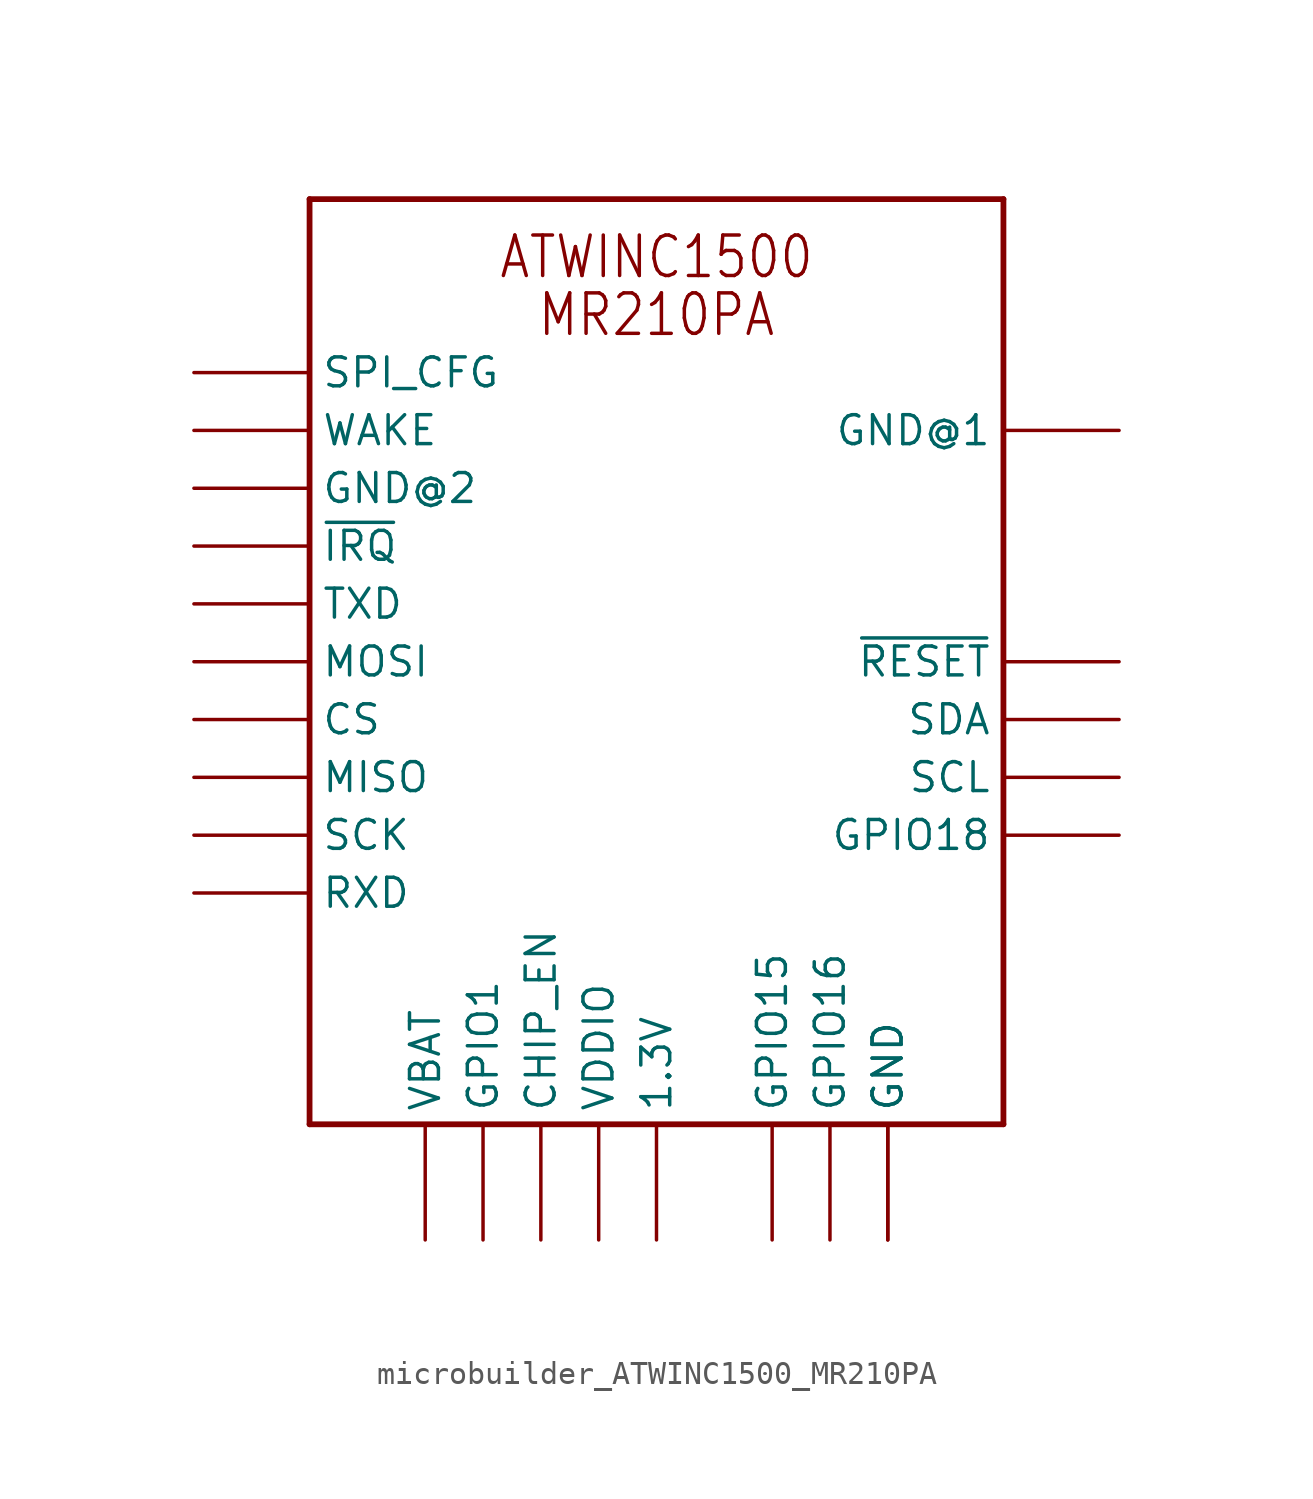
<source format=kicad_sym>
(kicad_symbol_lib
  (version 20231120)
  (generator "kicad_symbol_editor")
  (generator_version "8.0")
  (symbol "microbuilder_ATWINC1500_MR210PA"
    (property "Reference" "X"
      (at 0 0 0)
      (effects (font (size 1.27 1.27)) (hide yes)))
    (property "ki_locked" ""
      (at 0 0 0)
      (effects (font (size 1.27 1.27))))
    (symbol "microbuilder_ATWINC1500_MR210PA_1_0"
      (polyline (pts (xy -15.24 -20.32) (xy 15.24 -20.32)) (stroke (width 0.254) (type solid)) (fill (type none)))
      (polyline (pts (xy -15.24 20.32) (xy -15.24 -20.32)) (stroke (width 0.254) (type solid)) (fill (type none)))
      (polyline (pts (xy -15.24 20.32) (xy 15.24 20.32)) (stroke (width 0.254) (type solid)) (fill (type none)))
      (polyline (pts (xy 15.24 -20.32) (xy 15.24 20.32)) (stroke (width 0.254) (type solid)) (fill (type none)))
      (text "ATWINC1500" (at 0 17.78 0) (effects (font (size 1.778 1.511))))
      (text "MR210PA" (at 0 15.24 0) (effects (font (size 1.778 1.511))))
      (pin bidirectional line (at 20.32 -7.62 180) (length 5.08) (name "GPIO18" (effects (font (size 1.27 1.27)))) (number "J1" (effects (font (size 0 0)))))
      (pin input line (at -20.32 12.7 0) (length 5.08) (name "SPI_CFG" (effects (font (size 1.27 1.27)))) (number "J10" (effects (font (size 0 0)))))
      (pin input line (at -20.32 10.16 0) (length 5.08) (name "WAKE" (effects (font (size 1.27 1.27)))) (number "J11" (effects (font (size 0 0)))))
      (pin power_in line (at -20.32 7.62 0) (length 5.08) (name "GND@2" (effects (font (size 1.27 1.27)))) (number "J12" (effects (font (size 0 0)))))
      (pin output line (at -20.32 5.08 0) (length 5.08) (name "~{IRQ}" (effects (font (size 1.27 1.27)))) (number "J13" (effects (font (size 0 0)))))
      (pin output line (at -20.32 2.54 0) (length 5.08) (name "TXD" (effects (font (size 1.27 1.27)))) (number "J14" (effects (font (size 0 0)))))
      (pin input line (at -20.32 0 0) (length 5.08) (name "MOSI" (effects (font (size 1.27 1.27)))) (number "J15" (effects (font (size 0 0)))))
      (pin input line (at -20.32 -2.54 0) (length 5.08) (name "CS" (effects (font (size 1.27 1.27)))) (number "J16" (effects (font (size 0 0)))))
      (pin output line (at -20.32 -5.08 0) (length 5.08) (name "MISO" (effects (font (size 1.27 1.27)))) (number "J17" (effects (font (size 0 0)))))
      (pin input line (at -20.32 -7.62 0) (length 5.08) (name "SCK" (effects (font (size 1.27 1.27)))) (number "J18" (effects (font (size 0 0)))))
      (pin input line (at -20.32 -10.16 0) (length 5.08) (name "RXD" (effects (font (size 1.27 1.27)))) (number "J19" (effects (font (size 0 0)))))
      (pin bidirectional line (at 20.32 -5.08 180) (length 5.08) (name "SCL" (effects (font (size 1.27 1.27)))) (number "J2" (effects (font (size 0 0)))))
      (pin power_in line (at -10.16 -25.4 90) (length 5.08) (name "VBAT" (effects (font (size 1.27 1.27)))) (number "J20" (effects (font (size 0 0)))))
      (pin bidirectional line (at -7.62 -25.4 90) (length 5.08) (name "GPIO1" (effects (font (size 1.27 1.27)))) (number "J21" (effects (font (size 0 0)))))
      (pin input line (at -5.08 -25.4 90) (length 5.08) (name "CHIP_EN" (effects (font (size 1.27 1.27)))) (number "J22" (effects (font (size 0 0)))))
      (pin power_in line (at -2.54 -25.4 90) (length 5.08) (name "VDDIO" (effects (font (size 1.27 1.27)))) (number "J23" (effects (font (size 0 0)))))
      (pin passive line (at 0 -25.4 90) (length 5.08) (name "1.3V" (effects (font (size 1.27 1.27)))) (number "J24" (effects (font (size 0 0)))))
      (pin bidirectional line (at 5.08 -25.4 90) (length 5.08) (name "GPIO15" (effects (font (size 1.27 1.27)))) (number "J26" (effects (font (size 0 0)))))
      (pin bidirectional line (at 7.62 -25.4 90) (length 5.08) (name "GPIO16" (effects (font (size 1.27 1.27)))) (number "J27" (effects (font (size 0 0)))))
      (pin power_in line (at 10.16 -25.4 90) (length 5.08) (name "GND" (effects (font (size 1.27 1.27)))) (number "J28" (effects (font (size 0 0)))))
      (pin bidirectional line (at 20.32 -2.54 180) (length 5.08) (name "SDA" (effects (font (size 1.27 1.27)))) (number "J3" (effects (font (size 0 0)))))
      (pin input line (at 20.32 0 180) (length 5.08) (name "~{RESET}" (effects (font (size 1.27 1.27)))) (number "J4" (effects (font (size 0 0)))))
      (pin bidirectional line (at 20.32 10.16 180) (length 5.08) (name "GND@1" (effects (font (size 1.27 1.27)))) (number "J9" (effects (font (size 0 0)))))
      (pin power_in line (at 10.16 -25.4 90) (length 5.08) (name "GND" (effects (font (size 1.27 1.27)))) (number "MTGND" (effects (font (size 0 0))))))))
</source>
